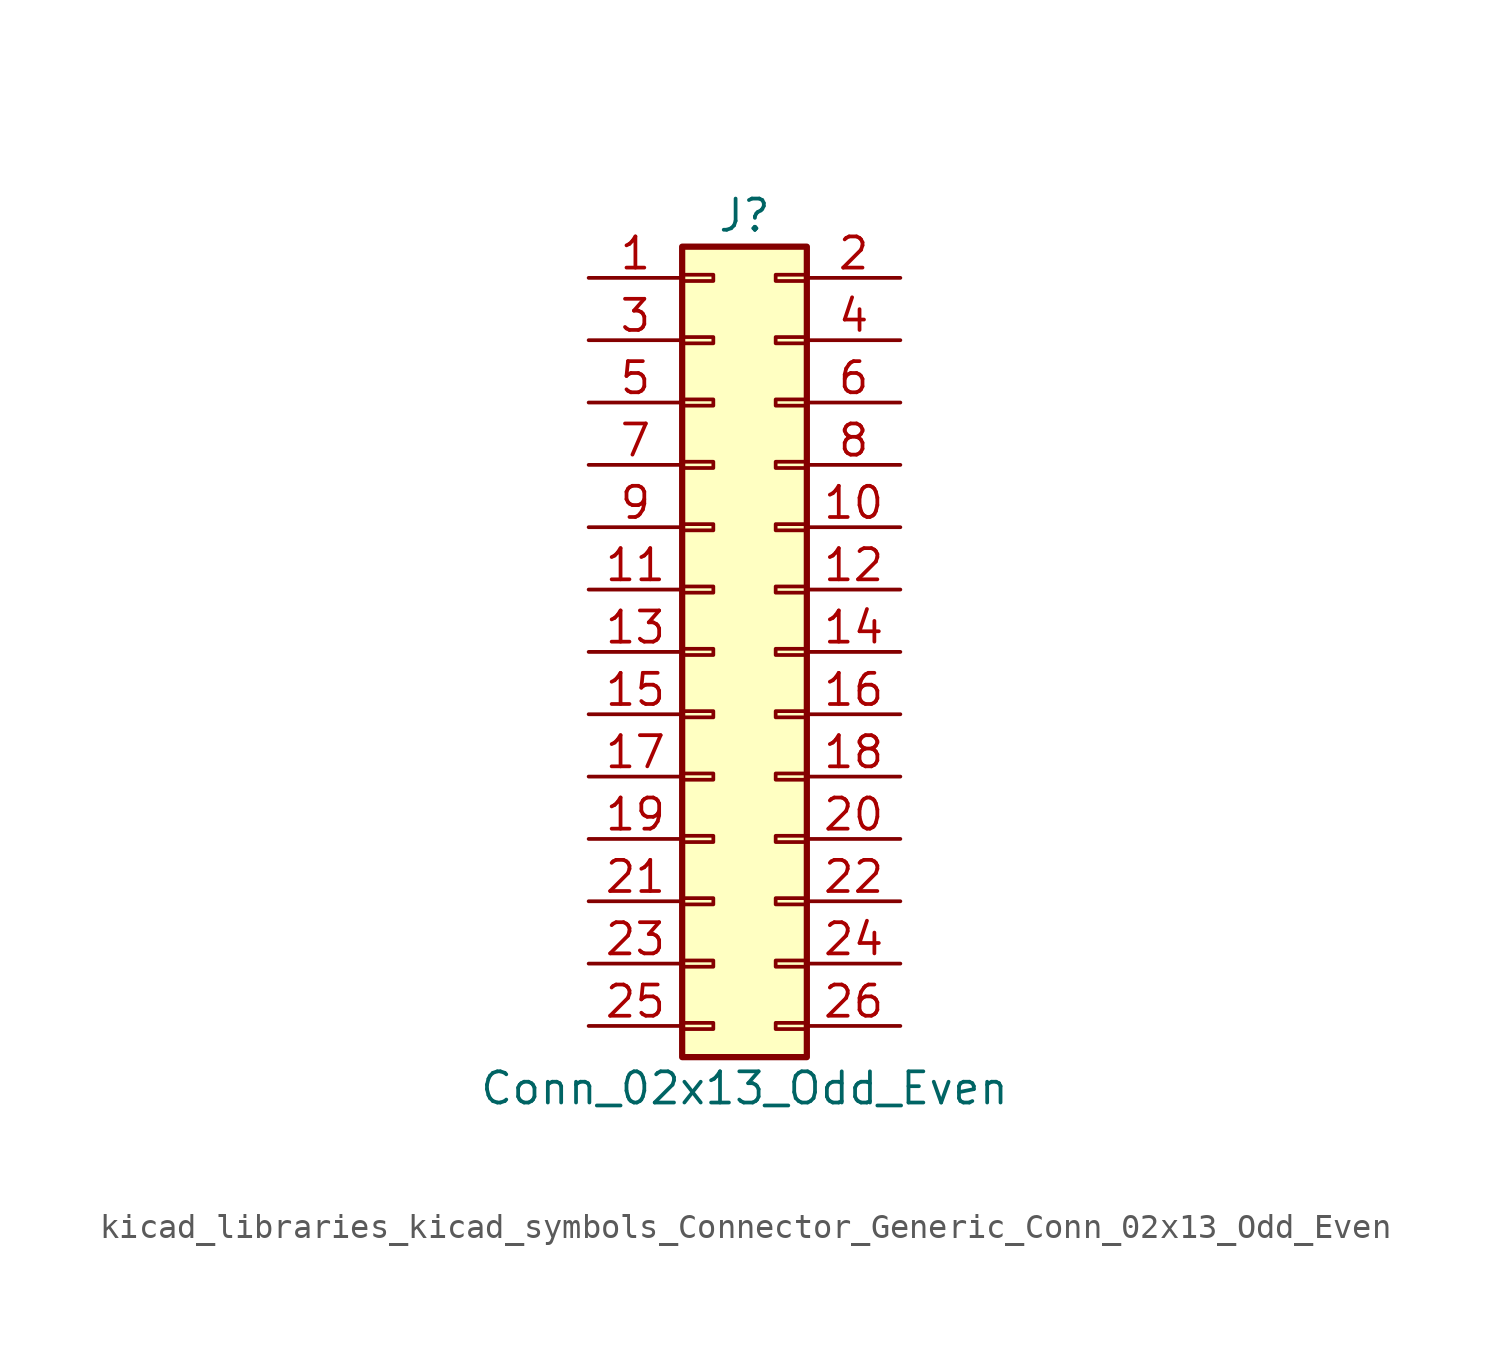
<source format=kicad_sym>
(kicad_symbol_lib
  (version 20220914)
  (generator kicad_symbol_editor)
  (symbol "kicad_libraries_kicad_symbols_Connector_Generic_Conn_02x13_Odd_Even"
    (pin_names
      (offset 1.016) hide)
    (property "Reference" "J"
      (at 1.27 17.78 0)
      (effects (font (size 1.27 1.27))))
    (property "Value" "Conn_02x13_Odd_Even"
      (at 1.27 -17.78 0)
      (effects (font (size 1.27 1.27))))
    (symbol "kicad_libraries_kicad_symbols_Connector_Generic_Conn_02x13_Odd_Even_1_1"
      (rectangle (start -1.27 -15.113) (end 0 -15.367) (stroke (width 0.152) (type default)) (fill (type none)))
      (rectangle (start -1.27 -12.573) (end 0 -12.827) (stroke (width 0.152) (type default)) (fill (type none)))
      (rectangle (start -1.27 -10.033) (end 0 -10.287) (stroke (width 0.152) (type default)) (fill (type none)))
      (rectangle (start -1.27 -7.493) (end 0 -7.747) (stroke (width 0.152) (type default)) (fill (type none)))
      (rectangle (start -1.27 -4.953) (end 0 -5.207) (stroke (width 0.152) (type default)) (fill (type none)))
      (rectangle (start -1.27 -2.413) (end 0 -2.667) (stroke (width 0.152) (type default)) (fill (type none)))
      (rectangle (start -1.27 0.127) (end 0 -0.127) (stroke (width 0.152) (type default)) (fill (type none)))
      (rectangle (start -1.27 2.667) (end 0 2.413) (stroke (width 0.152) (type default)) (fill (type none)))
      (rectangle (start -1.27 5.207) (end 0 4.953) (stroke (width 0.152) (type default)) (fill (type none)))
      (rectangle (start -1.27 7.747) (end 0 7.493) (stroke (width 0.152) (type default)) (fill (type none)))
      (rectangle (start -1.27 10.287) (end 0 10.033) (stroke (width 0.152) (type default)) (fill (type none)))
      (rectangle (start -1.27 12.827) (end 0 12.573) (stroke (width 0.152) (type default)) (fill (type none)))
      (rectangle (start -1.27 15.367) (end 0 15.113) (stroke (width 0.152) (type default)) (fill (type none)))
      (rectangle (start -1.27 16.51) (end 3.81 -16.51) (stroke (width 0.254) (type default)) (fill (type background)))
      (rectangle (start 3.81 -15.113) (end 2.54 -15.367) (stroke (width 0.152) (type default)) (fill (type none)))
      (rectangle (start 3.81 -12.573) (end 2.54 -12.827) (stroke (width 0.152) (type default)) (fill (type none)))
      (rectangle (start 3.81 -10.033) (end 2.54 -10.287) (stroke (width 0.152) (type default)) (fill (type none)))
      (rectangle (start 3.81 -7.493) (end 2.54 -7.747) (stroke (width 0.152) (type default)) (fill (type none)))
      (rectangle (start 3.81 -4.953) (end 2.54 -5.207) (stroke (width 0.152) (type default)) (fill (type none)))
      (rectangle (start 3.81 -2.413) (end 2.54 -2.667) (stroke (width 0.152) (type default)) (fill (type none)))
      (rectangle (start 3.81 0.127) (end 2.54 -0.127) (stroke (width 0.152) (type default)) (fill (type none)))
      (rectangle (start 3.81 2.667) (end 2.54 2.413) (stroke (width 0.152) (type default)) (fill (type none)))
      (rectangle (start 3.81 5.207) (end 2.54 4.953) (stroke (width 0.152) (type default)) (fill (type none)))
      (rectangle (start 3.81 7.747) (end 2.54 7.493) (stroke (width 0.152) (type default)) (fill (type none)))
      (rectangle (start 3.81 10.287) (end 2.54 10.033) (stroke (width 0.152) (type default)) (fill (type none)))
      (rectangle (start 3.81 12.827) (end 2.54 12.573) (stroke (width 0.152) (type default)) (fill (type none)))
      (rectangle (start 3.81 15.367) (end 2.54 15.113) (stroke (width 0.152) (type default)) (fill (type none)))
      (pin passive line (at -5.08 15.24 0) (length 3.81) (name "Pin_1" (effects (font (size 1.27 1.27)))) (number "1" (effects (font (size 1.27 1.27)))))
      (pin passive line (at 7.62 5.08 180) (length 3.81) (name "Pin_10" (effects (font (size 1.27 1.27)))) (number "10" (effects (font (size 1.27 1.27)))))
      (pin passive line (at -5.08 2.54 0) (length 3.81) (name "Pin_11" (effects (font (size 1.27 1.27)))) (number "11" (effects (font (size 1.27 1.27)))))
      (pin passive line (at 7.62 2.54 180) (length 3.81) (name "Pin_12" (effects (font (size 1.27 1.27)))) (number "12" (effects (font (size 1.27 1.27)))))
      (pin passive line (at -5.08 0 0) (length 3.81) (name "Pin_13" (effects (font (size 1.27 1.27)))) (number "13" (effects (font (size 1.27 1.27)))))
      (pin passive line (at 7.62 0 180) (length 3.81) (name "Pin_14" (effects (font (size 1.27 1.27)))) (number "14" (effects (font (size 1.27 1.27)))))
      (pin passive line (at -5.08 -2.54 0) (length 3.81) (name "Pin_15" (effects (font (size 1.27 1.27)))) (number "15" (effects (font (size 1.27 1.27)))))
      (pin passive line (at 7.62 -2.54 180) (length 3.81) (name "Pin_16" (effects (font (size 1.27 1.27)))) (number "16" (effects (font (size 1.27 1.27)))))
      (pin passive line (at -5.08 -5.08 0) (length 3.81) (name "Pin_17" (effects (font (size 1.27 1.27)))) (number "17" (effects (font (size 1.27 1.27)))))
      (pin passive line (at 7.62 -5.08 180) (length 3.81) (name "Pin_18" (effects (font (size 1.27 1.27)))) (number "18" (effects (font (size 1.27 1.27)))))
      (pin passive line (at -5.08 -7.62 0) (length 3.81) (name "Pin_19" (effects (font (size 1.27 1.27)))) (number "19" (effects (font (size 1.27 1.27)))))
      (pin passive line (at 7.62 15.24 180) (length 3.81) (name "Pin_2" (effects (font (size 1.27 1.27)))) (number "2" (effects (font (size 1.27 1.27)))))
      (pin passive line (at 7.62 -7.62 180) (length 3.81) (name "Pin_20" (effects (font (size 1.27 1.27)))) (number "20" (effects (font (size 1.27 1.27)))))
      (pin passive line (at -5.08 -10.16 0) (length 3.81) (name "Pin_21" (effects (font (size 1.27 1.27)))) (number "21" (effects (font (size 1.27 1.27)))))
      (pin passive line (at 7.62 -10.16 180) (length 3.81) (name "Pin_22" (effects (font (size 1.27 1.27)))) (number "22" (effects (font (size 1.27 1.27)))))
      (pin passive line (at -5.08 -12.7 0) (length 3.81) (name "Pin_23" (effects (font (size 1.27 1.27)))) (number "23" (effects (font (size 1.27 1.27)))))
      (pin passive line (at 7.62 -12.7 180) (length 3.81) (name "Pin_24" (effects (font (size 1.27 1.27)))) (number "24" (effects (font (size 1.27 1.27)))))
      (pin passive line (at -5.08 -15.24 0) (length 3.81) (name "Pin_25" (effects (font (size 1.27 1.27)))) (number "25" (effects (font (size 1.27 1.27)))))
      (pin passive line (at 7.62 -15.24 180) (length 3.81) (name "Pin_26" (effects (font (size 1.27 1.27)))) (number "26" (effects (font (size 1.27 1.27)))))
      (pin passive line (at -5.08 12.7 0) (length 3.81) (name "Pin_3" (effects (font (size 1.27 1.27)))) (number "3" (effects (font (size 1.27 1.27)))))
      (pin passive line (at 7.62 12.7 180) (length 3.81) (name "Pin_4" (effects (font (size 1.27 1.27)))) (number "4" (effects (font (size 1.27 1.27)))))
      (pin passive line (at -5.08 10.16 0) (length 3.81) (name "Pin_5" (effects (font (size 1.27 1.27)))) (number "5" (effects (font (size 1.27 1.27)))))
      (pin passive line (at 7.62 10.16 180) (length 3.81) (name "Pin_6" (effects (font (size 1.27 1.27)))) (number "6" (effects (font (size 1.27 1.27)))))
      (pin passive line (at -5.08 7.62 0) (length 3.81) (name "Pin_7" (effects (font (size 1.27 1.27)))) (number "7" (effects (font (size 1.27 1.27)))))
      (pin passive line (at 7.62 7.62 180) (length 3.81) (name "Pin_8" (effects (font (size 1.27 1.27)))) (number "8" (effects (font (size 1.27 1.27)))))
      (pin passive line (at -5.08 5.08 0) (length 3.81) (name "Pin_9" (effects (font (size 1.27 1.27)))) (number "9" (effects (font (size 1.27 1.27))))))))
</source>
